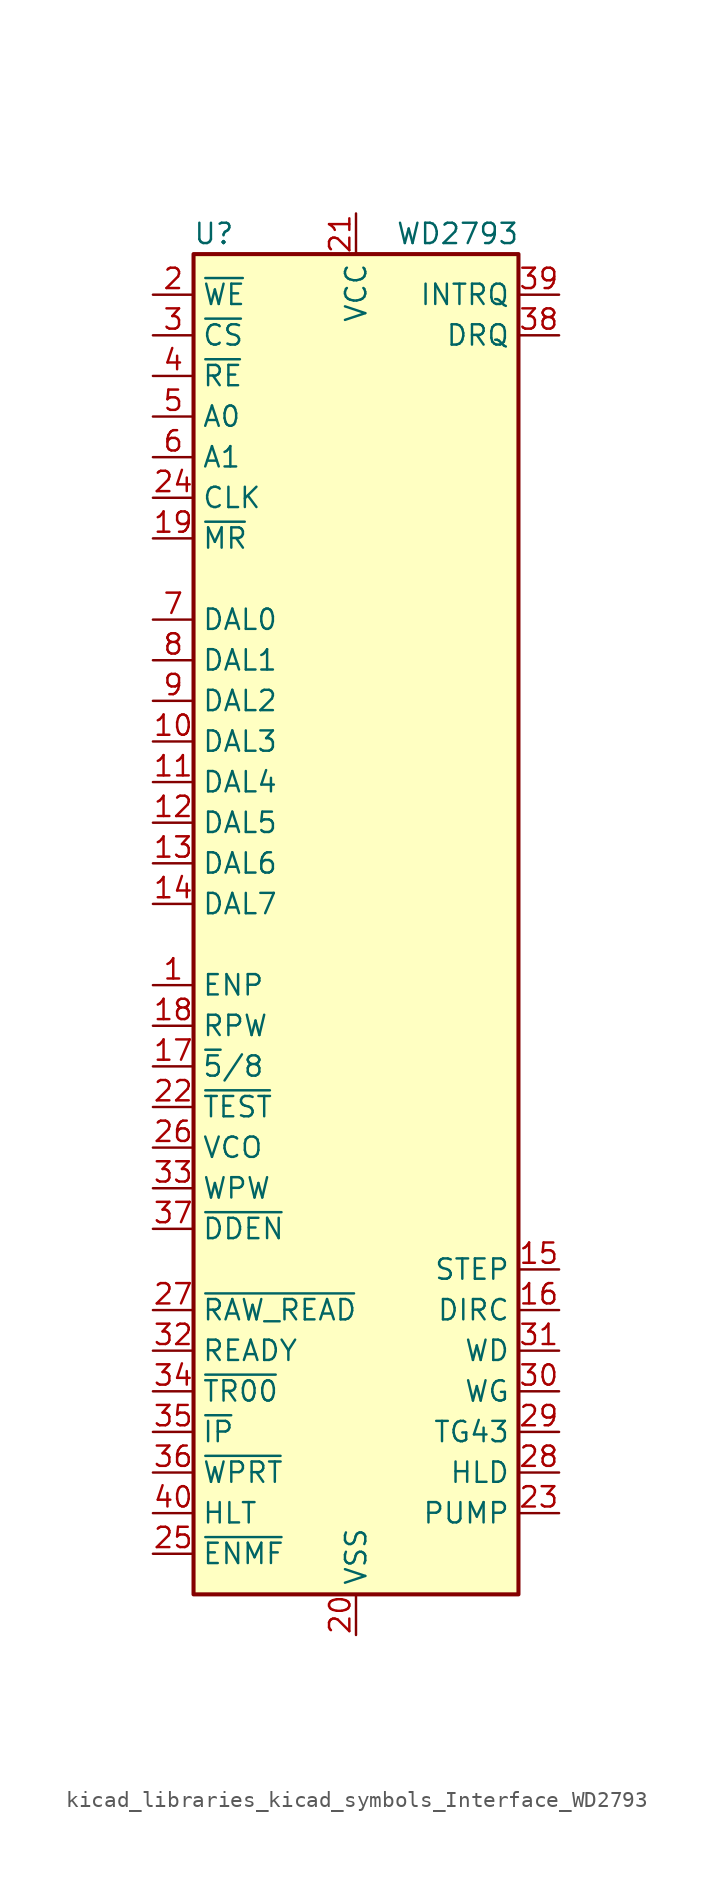
<source format=kicad_sym>
(kicad_symbol_lib
  (version 20220914)
  (generator kicad_symbol_editor)
  (symbol "kicad_libraries_kicad_symbols_Interface_WD2793"
    (property "Reference" "U"
      (at -8.89 44.45 0)
      (effects (font (size 1.27 1.27))))
    (property "Value" "WD2793"
      (at 6.35 44.45 0)
      (effects (font (size 1.27 1.27))))
    (symbol "kicad_libraries_kicad_symbols_Interface_WD2793_0_1"
      (rectangle (start -10.16 43.18) (end 10.16 -40.64) (stroke (width 0.254) (type default)) (fill (type background))))
    (symbol "kicad_libraries_kicad_symbols_Interface_WD2793_1_1"
      (pin input line (at -12.7 -2.54 0) (length 2.54) (name "ENP" (effects (font (size 1.27 1.27)))) (number "1" (effects (font (size 1.27 1.27)))))
      (pin tri_state line (at -12.7 12.7 0) (length 2.54) (name "DAL3" (effects (font (size 1.27 1.27)))) (number "10" (effects (font (size 1.27 1.27)))))
      (pin tri_state line (at -12.7 10.16 0) (length 2.54) (name "DAL4" (effects (font (size 1.27 1.27)))) (number "11" (effects (font (size 1.27 1.27)))))
      (pin tri_state line (at -12.7 7.62 0) (length 2.54) (name "DAL5" (effects (font (size 1.27 1.27)))) (number "12" (effects (font (size 1.27 1.27)))))
      (pin tri_state line (at -12.7 5.08 0) (length 2.54) (name "DAL6" (effects (font (size 1.27 1.27)))) (number "13" (effects (font (size 1.27 1.27)))))
      (pin tri_state line (at -12.7 2.54 0) (length 2.54) (name "DAL7" (effects (font (size 1.27 1.27)))) (number "14" (effects (font (size 1.27 1.27)))))
      (pin output line (at 12.7 -20.32 180) (length 2.54) (name "STEP" (effects (font (size 1.27 1.27)))) (number "15" (effects (font (size 1.27 1.27)))))
      (pin output line (at 12.7 -22.86 180) (length 2.54) (name "DIRC" (effects (font (size 1.27 1.27)))) (number "16" (effects (font (size 1.27 1.27)))))
      (pin input line (at -12.7 -7.62 0) (length 2.54) (name "~{5}/8" (effects (font (size 1.27 1.27)))) (number "17" (effects (font (size 1.27 1.27)))))
      (pin input line (at -12.7 -5.08 0) (length 2.54) (name "RPW" (effects (font (size 1.27 1.27)))) (number "18" (effects (font (size 1.27 1.27)))))
      (pin input line (at -12.7 25.4 0) (length 2.54) (name "~{MR}" (effects (font (size 1.27 1.27)))) (number "19" (effects (font (size 1.27 1.27)))))
      (pin input line (at -12.7 40.64 0) (length 2.54) (name "~{WE}" (effects (font (size 1.27 1.27)))) (number "2" (effects (font (size 1.27 1.27)))))
      (pin power_in line (at 0 -43.18 90) (length 2.54) (name "VSS" (effects (font (size 1.27 1.27)))) (number "20" (effects (font (size 1.27 1.27)))))
      (pin power_in line (at 0 45.72 270) (length 2.54) (name "VCC" (effects (font (size 1.27 1.27)))) (number "21" (effects (font (size 1.27 1.27)))))
      (pin input line (at -12.7 -10.16 0) (length 2.54) (name "~{TEST}" (effects (font (size 1.27 1.27)))) (number "22" (effects (font (size 1.27 1.27)))))
      (pin output line (at 12.7 -35.56 180) (length 2.54) (name "PUMP" (effects (font (size 1.27 1.27)))) (number "23" (effects (font (size 1.27 1.27)))))
      (pin input line (at -12.7 27.94 0) (length 2.54) (name "CLK" (effects (font (size 1.27 1.27)))) (number "24" (effects (font (size 1.27 1.27)))))
      (pin input line (at -12.7 -38.1 0) (length 2.54) (name "~{ENMF}" (effects (font (size 1.27 1.27)))) (number "25" (effects (font (size 1.27 1.27)))))
      (pin input line (at -12.7 -12.7 0) (length 2.54) (name "VCO" (effects (font (size 1.27 1.27)))) (number "26" (effects (font (size 1.27 1.27)))))
      (pin input line (at -12.7 -22.86 0) (length 2.54) (name "~{RAW_READ}" (effects (font (size 1.27 1.27)))) (number "27" (effects (font (size 1.27 1.27)))))
      (pin output line (at 12.7 -33.02 180) (length 2.54) (name "HLD" (effects (font (size 1.27 1.27)))) (number "28" (effects (font (size 1.27 1.27)))))
      (pin output line (at 12.7 -30.48 180) (length 2.54) (name "TG43" (effects (font (size 1.27 1.27)))) (number "29" (effects (font (size 1.27 1.27)))))
      (pin input line (at -12.7 38.1 0) (length 2.54) (name "~{CS}" (effects (font (size 1.27 1.27)))) (number "3" (effects (font (size 1.27 1.27)))))
      (pin output line (at 12.7 -27.94 180) (length 2.54) (name "WG" (effects (font (size 1.27 1.27)))) (number "30" (effects (font (size 1.27 1.27)))))
      (pin output line (at 12.7 -25.4 180) (length 2.54) (name "WD" (effects (font (size 1.27 1.27)))) (number "31" (effects (font (size 1.27 1.27)))))
      (pin input line (at -12.7 -25.4 0) (length 2.54) (name "READY" (effects (font (size 1.27 1.27)))) (number "32" (effects (font (size 1.27 1.27)))))
      (pin input line (at -12.7 -15.24 0) (length 2.54) (name "WPW" (effects (font (size 1.27 1.27)))) (number "33" (effects (font (size 1.27 1.27)))))
      (pin input line (at -12.7 -27.94 0) (length 2.54) (name "~{TR00}" (effects (font (size 1.27 1.27)))) (number "34" (effects (font (size 1.27 1.27)))))
      (pin input line (at -12.7 -30.48 0) (length 2.54) (name "~{IP}" (effects (font (size 1.27 1.27)))) (number "35" (effects (font (size 1.27 1.27)))))
      (pin input line (at -12.7 -33.02 0) (length 2.54) (name "~{WPRT}" (effects (font (size 1.27 1.27)))) (number "36" (effects (font (size 1.27 1.27)))))
      (pin input line (at -12.7 -17.78 0) (length 2.54) (name "~{DDEN}" (effects (font (size 1.27 1.27)))) (number "37" (effects (font (size 1.27 1.27)))))
      (pin output line (at 12.7 38.1 180) (length 2.54) (name "DRQ" (effects (font (size 1.27 1.27)))) (number "38" (effects (font (size 1.27 1.27)))))
      (pin output line (at 12.7 40.64 180) (length 2.54) (name "INTRQ" (effects (font (size 1.27 1.27)))) (number "39" (effects (font (size 1.27 1.27)))))
      (pin input line (at -12.7 35.56 0) (length 2.54) (name "~{RE}" (effects (font (size 1.27 1.27)))) (number "4" (effects (font (size 1.27 1.27)))))
      (pin input line (at -12.7 -35.56 0) (length 2.54) (name "HLT" (effects (font (size 1.27 1.27)))) (number "40" (effects (font (size 1.27 1.27)))))
      (pin input line (at -12.7 33.02 0) (length 2.54) (name "A0" (effects (font (size 1.27 1.27)))) (number "5" (effects (font (size 1.27 1.27)))))
      (pin input line (at -12.7 30.48 0) (length 2.54) (name "A1" (effects (font (size 1.27 1.27)))) (number "6" (effects (font (size 1.27 1.27)))))
      (pin tri_state line (at -12.7 20.32 0) (length 2.54) (name "DAL0" (effects (font (size 1.27 1.27)))) (number "7" (effects (font (size 1.27 1.27)))))
      (pin tri_state line (at -12.7 17.78 0) (length 2.54) (name "DAL1" (effects (font (size 1.27 1.27)))) (number "8" (effects (font (size 1.27 1.27)))))
      (pin tri_state line (at -12.7 15.24 0) (length 2.54) (name "DAL2" (effects (font (size 1.27 1.27)))) (number "9" (effects (font (size 1.27 1.27))))))))
</source>
